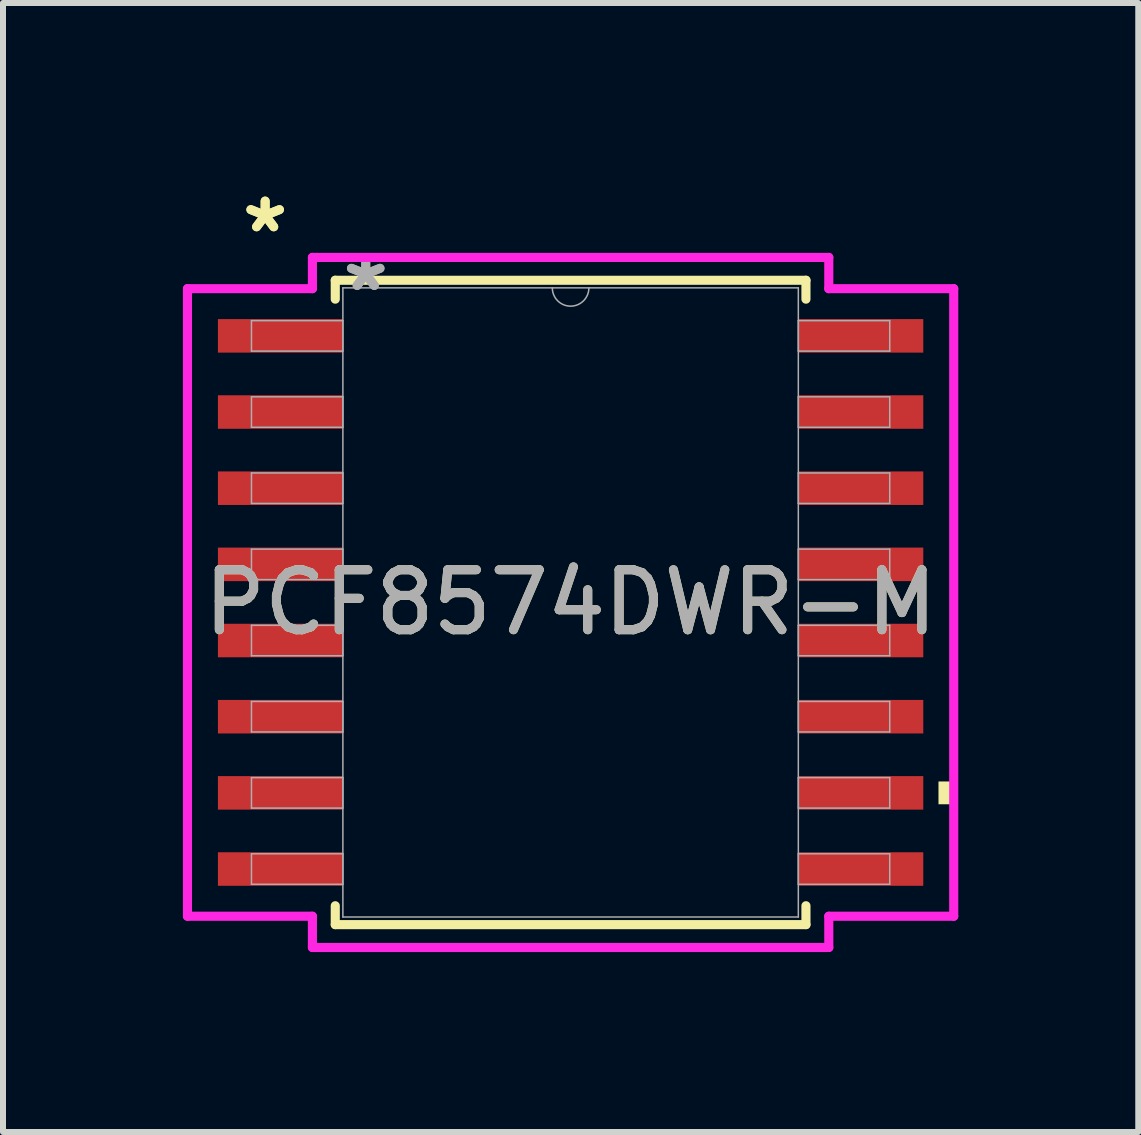
<source format=kicad_pcb>
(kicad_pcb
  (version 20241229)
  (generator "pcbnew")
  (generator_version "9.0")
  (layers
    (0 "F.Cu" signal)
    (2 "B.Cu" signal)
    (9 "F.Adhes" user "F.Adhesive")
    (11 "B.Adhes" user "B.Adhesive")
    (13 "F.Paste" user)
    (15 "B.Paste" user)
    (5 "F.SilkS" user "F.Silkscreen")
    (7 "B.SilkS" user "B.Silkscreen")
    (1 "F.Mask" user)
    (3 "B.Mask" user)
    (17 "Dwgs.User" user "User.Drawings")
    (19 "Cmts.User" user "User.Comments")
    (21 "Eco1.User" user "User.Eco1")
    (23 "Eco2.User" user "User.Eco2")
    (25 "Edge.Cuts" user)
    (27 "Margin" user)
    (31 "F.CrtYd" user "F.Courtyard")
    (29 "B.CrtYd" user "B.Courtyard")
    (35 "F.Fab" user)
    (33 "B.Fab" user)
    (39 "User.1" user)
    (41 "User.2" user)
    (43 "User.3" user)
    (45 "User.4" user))
  (footprint "PCF8574DWR-M"
    (layer "F.Cu")
    (at 6.464 6.995)
    (property "Reference" "PCF8574DWR-M" (at 0 0 0) (unlocked yes) (layer "F.SilkS") (effects (font (size 1 1) (thickness 0.15))))
    (attr smd)
    (fp_line (start -3.924 -5.372) (end -3.924 -5.057) (stroke (width 0.152) (type solid)) (layer "F.SilkS"))
    (fp_line (start -3.924 5.057) (end -3.924 5.372) (stroke (width 0.152) (type solid)) (layer "F.SilkS"))
    (fp_line (start -3.924 5.372) (end 3.924 5.372) (stroke (width 0.152) (type solid)) (layer "F.SilkS"))
    (fp_line (start 3.924 -5.372) (end -3.924 -5.372) (stroke (width 0.152) (type solid)) (layer "F.SilkS"))
    (fp_line (start 3.924 -5.057) (end 3.924 -5.372) (stroke (width 0.152) (type solid)) (layer "F.SilkS"))
    (fp_line (start 3.924 5.372) (end 3.924 5.057) (stroke (width 0.152) (type solid)) (layer "F.SilkS"))
    (fp_poly (pts (xy 6.388 2.985) (xy 6.388 3.365) (xy 6.134 3.365) (xy 6.134 2.985)) (stroke (width 0) (type solid)) (fill yes) (layer "F.SilkS"))
    (fp_line (start -6.388 -5.232) (end -4.305 -5.232) (stroke (width 0.152) (type solid)) (layer "F.CrtYd"))
    (fp_line (start -6.388 5.232) (end -6.388 -5.232) (stroke (width 0.152) (type solid)) (layer "F.CrtYd"))
    (fp_line (start -6.388 5.232) (end -4.305 5.232) (stroke (width 0.152) (type solid)) (layer "F.CrtYd"))
    (fp_line (start -4.305 -5.753) (end 4.305 -5.753) (stroke (width 0.152) (type solid)) (layer "F.CrtYd"))
    (fp_line (start -4.305 -5.232) (end -4.305 -5.753) (stroke (width 0.152) (type solid)) (layer "F.CrtYd"))
    (fp_line (start -4.305 5.753) (end -4.305 5.232) (stroke (width 0.152) (type solid)) (layer "F.CrtYd"))
    (fp_line (start 4.305 -5.753) (end 4.305 -5.232) (stroke (width 0.152) (type solid)) (layer "F.CrtYd"))
    (fp_line (start 4.305 5.232) (end 4.305 5.753) (stroke (width 0.152) (type solid)) (layer "F.CrtYd"))
    (fp_line (start 4.305 5.753) (end -4.305 5.753) (stroke (width 0.152) (type solid)) (layer "F.CrtYd"))
    (fp_line (start 6.388 -5.232) (end 4.305 -5.232) (stroke (width 0.152) (type solid)) (layer "F.CrtYd"))
    (fp_line (start 6.388 -5.232) (end 6.388 5.232) (stroke (width 0.152) (type solid)) (layer "F.CrtYd"))
    (fp_line (start 6.388 5.232) (end 4.305 5.232) (stroke (width 0.152) (type solid)) (layer "F.CrtYd"))
    (fp_line (start -5.321 -4.699) (end -5.321 -4.191) (stroke (width 0.025) (type solid)) (layer "F.Fab"))
    (fp_line (start -5.321 -4.191) (end -3.797 -4.191) (stroke (width 0.025) (type solid)) (layer "F.Fab"))
    (fp_line (start -5.321 -3.429) (end -5.321 -2.921) (stroke (width 0.025) (type solid)) (layer "F.Fab"))
    (fp_line (start -5.321 -2.921) (end -3.797 -2.921) (stroke (width 0.025) (type solid)) (layer "F.Fab"))
    (fp_line (start -5.321 -2.159) (end -5.321 -1.651) (stroke (width 0.025) (type solid)) (layer "F.Fab"))
    (fp_line (start -5.321 -1.651) (end -3.797 -1.651) (stroke (width 0.025) (type solid)) (layer "F.Fab"))
    (fp_line (start -5.321 -0.889) (end -5.321 -0.381) (stroke (width 0.025) (type solid)) (layer "F.Fab"))
    (fp_line (start -5.321 -0.381) (end -3.797 -0.381) (stroke (width 0.025) (type solid)) (layer "F.Fab"))
    (fp_line (start -5.321 0.381) (end -5.321 0.889) (stroke (width 0.025) (type solid)) (layer "F.Fab"))
    (fp_line (start -5.321 0.889) (end -3.797 0.889) (stroke (width 0.025) (type solid)) (layer "F.Fab"))
    (fp_line (start -5.321 1.651) (end -5.321 2.159) (stroke (width 0.025) (type solid)) (layer "F.Fab"))
    (fp_line (start -5.321 2.159) (end -3.797 2.159) (stroke (width 0.025) (type solid)) (layer "F.Fab"))
    (fp_line (start -5.321 2.921) (end -5.321 3.429) (stroke (width 0.025) (type solid)) (layer "F.Fab"))
    (fp_line (start -5.321 3.429) (end -3.797 3.429) (stroke (width 0.025) (type solid)) (layer "F.Fab"))
    (fp_line (start -5.321 4.191) (end -5.321 4.699) (stroke (width 0.025) (type solid)) (layer "F.Fab"))
    (fp_line (start -5.321 4.699) (end -3.797 4.699) (stroke (width 0.025) (type solid)) (layer "F.Fab"))
    (fp_line (start -3.797 -5.245) (end -3.797 5.245) (stroke (width 0.025) (type solid)) (layer "F.Fab"))
    (fp_line (start -3.797 -4.699) (end -5.321 -4.699) (stroke (width 0.025) (type solid)) (layer "F.Fab"))
    (fp_line (start -3.797 -4.191) (end -3.797 -4.699) (stroke (width 0.025) (type solid)) (layer "F.Fab"))
    (fp_line (start -3.797 -3.429) (end -5.321 -3.429) (stroke (width 0.025) (type solid)) (layer "F.Fab"))
    (fp_line (start -3.797 -2.921) (end -3.797 -3.429) (stroke (width 0.025) (type solid)) (layer "F.Fab"))
    (fp_line (start -3.797 -2.159) (end -5.321 -2.159) (stroke (width 0.025) (type solid)) (layer "F.Fab"))
    (fp_line (start -3.797 -1.651) (end -3.797 -2.159) (stroke (width 0.025) (type solid)) (layer "F.Fab"))
    (fp_line (start -3.797 -0.889) (end -5.321 -0.889) (stroke (width 0.025) (type solid)) (layer "F.Fab"))
    (fp_line (start -3.797 -0.381) (end -3.797 -0.889) (stroke (width 0.025) (type solid)) (layer "F.Fab"))
    (fp_line (start -3.797 0.381) (end -5.321 0.381) (stroke (width 0.025) (type solid)) (layer "F.Fab"))
    (fp_line (start -3.797 0.889) (end -3.797 0.381) (stroke (width 0.025) (type solid)) (layer "F.Fab"))
    (fp_line (start -3.797 1.651) (end -5.321 1.651) (stroke (width 0.025) (type solid)) (layer "F.Fab"))
    (fp_line (start -3.797 2.159) (end -3.797 1.651) (stroke (width 0.025) (type solid)) (layer "F.Fab"))
    (fp_line (start -3.797 2.921) (end -5.321 2.921) (stroke (width 0.025) (type solid)) (layer "F.Fab"))
    (fp_line (start -3.797 3.429) (end -3.797 2.921) (stroke (width 0.025) (type solid)) (layer "F.Fab"))
    (fp_line (start -3.797 4.191) (end -5.321 4.191) (stroke (width 0.025) (type solid)) (layer "F.Fab"))
    (fp_line (start -3.797 4.699) (end -3.797 4.191) (stroke (width 0.025) (type solid)) (layer "F.Fab"))
    (fp_line (start -3.797 5.245) (end 3.797 5.245) (stroke (width 0.025) (type solid)) (layer "F.Fab"))
    (fp_line (start 3.797 -5.245) (end -3.797 -5.245) (stroke (width 0.025) (type solid)) (layer "F.Fab"))
    (fp_line (start 3.797 -4.699) (end 3.797 -4.191) (stroke (width 0.025) (type solid)) (layer "F.Fab"))
    (fp_line (start 3.797 -4.191) (end 5.321 -4.191) (stroke (width 0.025) (type solid)) (layer "F.Fab"))
    (fp_line (start 3.797 -3.429) (end 3.797 -2.921) (stroke (width 0.025) (type solid)) (layer "F.Fab"))
    (fp_line (start 3.797 -2.921) (end 5.321 -2.921) (stroke (width 0.025) (type solid)) (layer "F.Fab"))
    (fp_line (start 3.797 -2.159) (end 3.797 -1.651) (stroke (width 0.025) (type solid)) (layer "F.Fab"))
    (fp_line (start 3.797 -1.651) (end 5.321 -1.651) (stroke (width 0.025) (type solid)) (layer "F.Fab"))
    (fp_line (start 3.797 -0.889) (end 3.797 -0.381) (stroke (width 0.025) (type solid)) (layer "F.Fab"))
    (fp_line (start 3.797 -0.381) (end 5.321 -0.381) (stroke (width 0.025) (type solid)) (layer "F.Fab"))
    (fp_line (start 3.797 0.381) (end 3.797 0.889) (stroke (width 0.025) (type solid)) (layer "F.Fab"))
    (fp_line (start 3.797 0.889) (end 5.321 0.889) (stroke (width 0.025) (type solid)) (layer "F.Fab"))
    (fp_line (start 3.797 1.651) (end 3.797 2.159) (stroke (width 0.025) (type solid)) (layer "F.Fab"))
    (fp_line (start 3.797 2.159) (end 5.321 2.159) (stroke (width 0.025) (type solid)) (layer "F.Fab"))
    (fp_line (start 3.797 2.921) (end 3.797 3.429) (stroke (width 0.025) (type solid)) (layer "F.Fab"))
    (fp_line (start 3.797 3.429) (end 5.321 3.429) (stroke (width 0.025) (type solid)) (layer "F.Fab"))
    (fp_line (start 3.797 4.191) (end 3.797 4.699) (stroke (width 0.025) (type solid)) (layer "F.Fab"))
    (fp_line (start 3.797 4.699) (end 5.321 4.699) (stroke (width 0.025) (type solid)) (layer "F.Fab"))
    (fp_line (start 3.797 5.245) (end 3.797 -5.245) (stroke (width 0.025) (type solid)) (layer "F.Fab"))
    (fp_line (start 5.321 -4.699) (end 3.797 -4.699) (stroke (width 0.025) (type solid)) (layer "F.Fab"))
    (fp_line (start 5.321 -4.191) (end 5.321 -4.699) (stroke (width 0.025) (type solid)) (layer "F.Fab"))
    (fp_line (start 5.321 -3.429) (end 3.797 -3.429) (stroke (width 0.025) (type solid)) (layer "F.Fab"))
    (fp_line (start 5.321 -2.921) (end 5.321 -3.429) (stroke (width 0.025) (type solid)) (layer "F.Fab"))
    (fp_line (start 5.321 -2.159) (end 3.797 -2.159) (stroke (width 0.025) (type solid)) (layer "F.Fab"))
    (fp_line (start 5.321 -1.651) (end 5.321 -2.159) (stroke (width 0.025) (type solid)) (layer "F.Fab"))
    (fp_line (start 5.321 -0.889) (end 3.797 -0.889) (stroke (width 0.025) (type solid)) (layer "F.Fab"))
    (fp_line (start 5.321 -0.381) (end 5.321 -0.889) (stroke (width 0.025) (type solid)) (layer "F.Fab"))
    (fp_line (start 5.321 0.381) (end 3.797 0.381) (stroke (width 0.025) (type solid)) (layer "F.Fab"))
    (fp_line (start 5.321 0.889) (end 5.321 0.381) (stroke (width 0.025) (type solid)) (layer "F.Fab"))
    (fp_line (start 5.321 1.651) (end 3.797 1.651) (stroke (width 0.025) (type solid)) (layer "F.Fab"))
    (fp_line (start 5.321 2.159) (end 5.321 1.651) (stroke (width 0.025) (type solid)) (layer "F.Fab"))
    (fp_line (start 5.321 2.921) (end 3.797 2.921) (stroke (width 0.025) (type solid)) (layer "F.Fab"))
    (fp_line (start 5.321 3.429) (end 5.321 2.921) (stroke (width 0.025) (type solid)) (layer "F.Fab"))
    (fp_line (start 5.321 4.191) (end 3.797 4.191) (stroke (width 0.025) (type solid)) (layer "F.Fab"))
    (fp_line (start 5.321 4.699) (end 5.321 4.191) (stroke (width 0.025) (type solid)) (layer "F.Fab"))
    (fp_arc (start 0.3048 -5.2451) (mid 0 -4.9403) (end -0.3048 -5.2451) (stroke (width 0.0254) (type solid)) (layer "F.Fab"))
    (fp_text user "*" (at -5.093 -6.147 0) (layer "F.SilkS") (effects (font (size 1 1) (thickness 0.15))))
    (fp_text user "*" (at -5.093 -6.147 0) (unlocked yes) (layer "F.SilkS") (effects (font (size 1 1) (thickness 0.15))))
    (fp_text user "${REFERENCE}" (at 0 0 0) (unlocked yes) (layer "F.Fab") (effects (font (size 1 1) (thickness 0.15))))
    (fp_text user "*" (at -3.416 -5.169 0) (unlocked yes) (layer "F.Fab") (effects (font (size 1 1) (thickness 0.15))))
    (fp_text user "*" (at -3.416 -5.169 0) (layer "F.Fab") (effects (font (size 1 1) (thickness 0.15))))
    (pad "1" smd rect (at -4.839 -4.445) (size 2.083 0.559) (layers "F.Cu" "F.Mask" "F.Paste"))
    (pad "2" smd rect (at -4.839 -3.175) (size 2.083 0.559) (layers "F.Cu" "F.Mask" "F.Paste"))
    (pad "3" smd rect (at -4.839 -1.905) (size 2.083 0.559) (layers "F.Cu" "F.Mask" "F.Paste"))
    (pad "4" smd rect (at -4.839 -0.635) (size 2.083 0.559) (layers "F.Cu" "F.Mask" "F.Paste"))
    (pad "5" smd rect (at -4.839 0.635) (size 2.083 0.559) (layers "F.Cu" "F.Mask" "F.Paste"))
    (pad "6" smd rect (at -4.839 1.905) (size 2.083 0.559) (layers "F.Cu" "F.Mask" "F.Paste"))
    (pad "7" smd rect (at -4.839 3.175) (size 2.083 0.559) (layers "F.Cu" "F.Mask" "F.Paste"))
    (pad "8" smd rect (at -4.839 4.445) (size 2.083 0.559) (layers "F.Cu" "F.Mask" "F.Paste"))
    (pad "9" smd rect (at 4.839 4.445) (size 2.083 0.559) (layers "F.Cu" "F.Mask" "F.Paste"))
    (pad "10" smd rect (at 4.839 3.175) (size 2.083 0.559) (layers "F.Cu" "F.Mask" "F.Paste"))
    (pad "11" smd rect (at 4.839 1.905) (size 2.083 0.559) (layers "F.Cu" "F.Mask" "F.Paste"))
    (pad "12" smd rect (at 4.839 0.635) (size 2.083 0.559) (layers "F.Cu" "F.Mask" "F.Paste"))
    (pad "13" smd rect (at 4.839 -0.635) (size 2.083 0.559) (layers "F.Cu" "F.Mask" "F.Paste"))
    (pad "14" smd rect (at 4.839 -1.905) (size 2.083 0.559) (layers "F.Cu" "F.Mask" "F.Paste"))
    (pad "15" smd rect (at 4.839 -3.175) (size 2.083 0.559) (layers "F.Cu" "F.Mask" "F.Paste"))
    (pad "16" smd rect (at 4.839 -4.445) (size 2.083 0.559) (layers "F.Cu" "F.Mask" "F.Paste")))
  (gr_rect
    (start -3 -3)
    (end 15.929 15.824)
    (stroke (width 0.1) (type default))
    (fill no)
    (layer "Edge.Cuts")))
</source>
